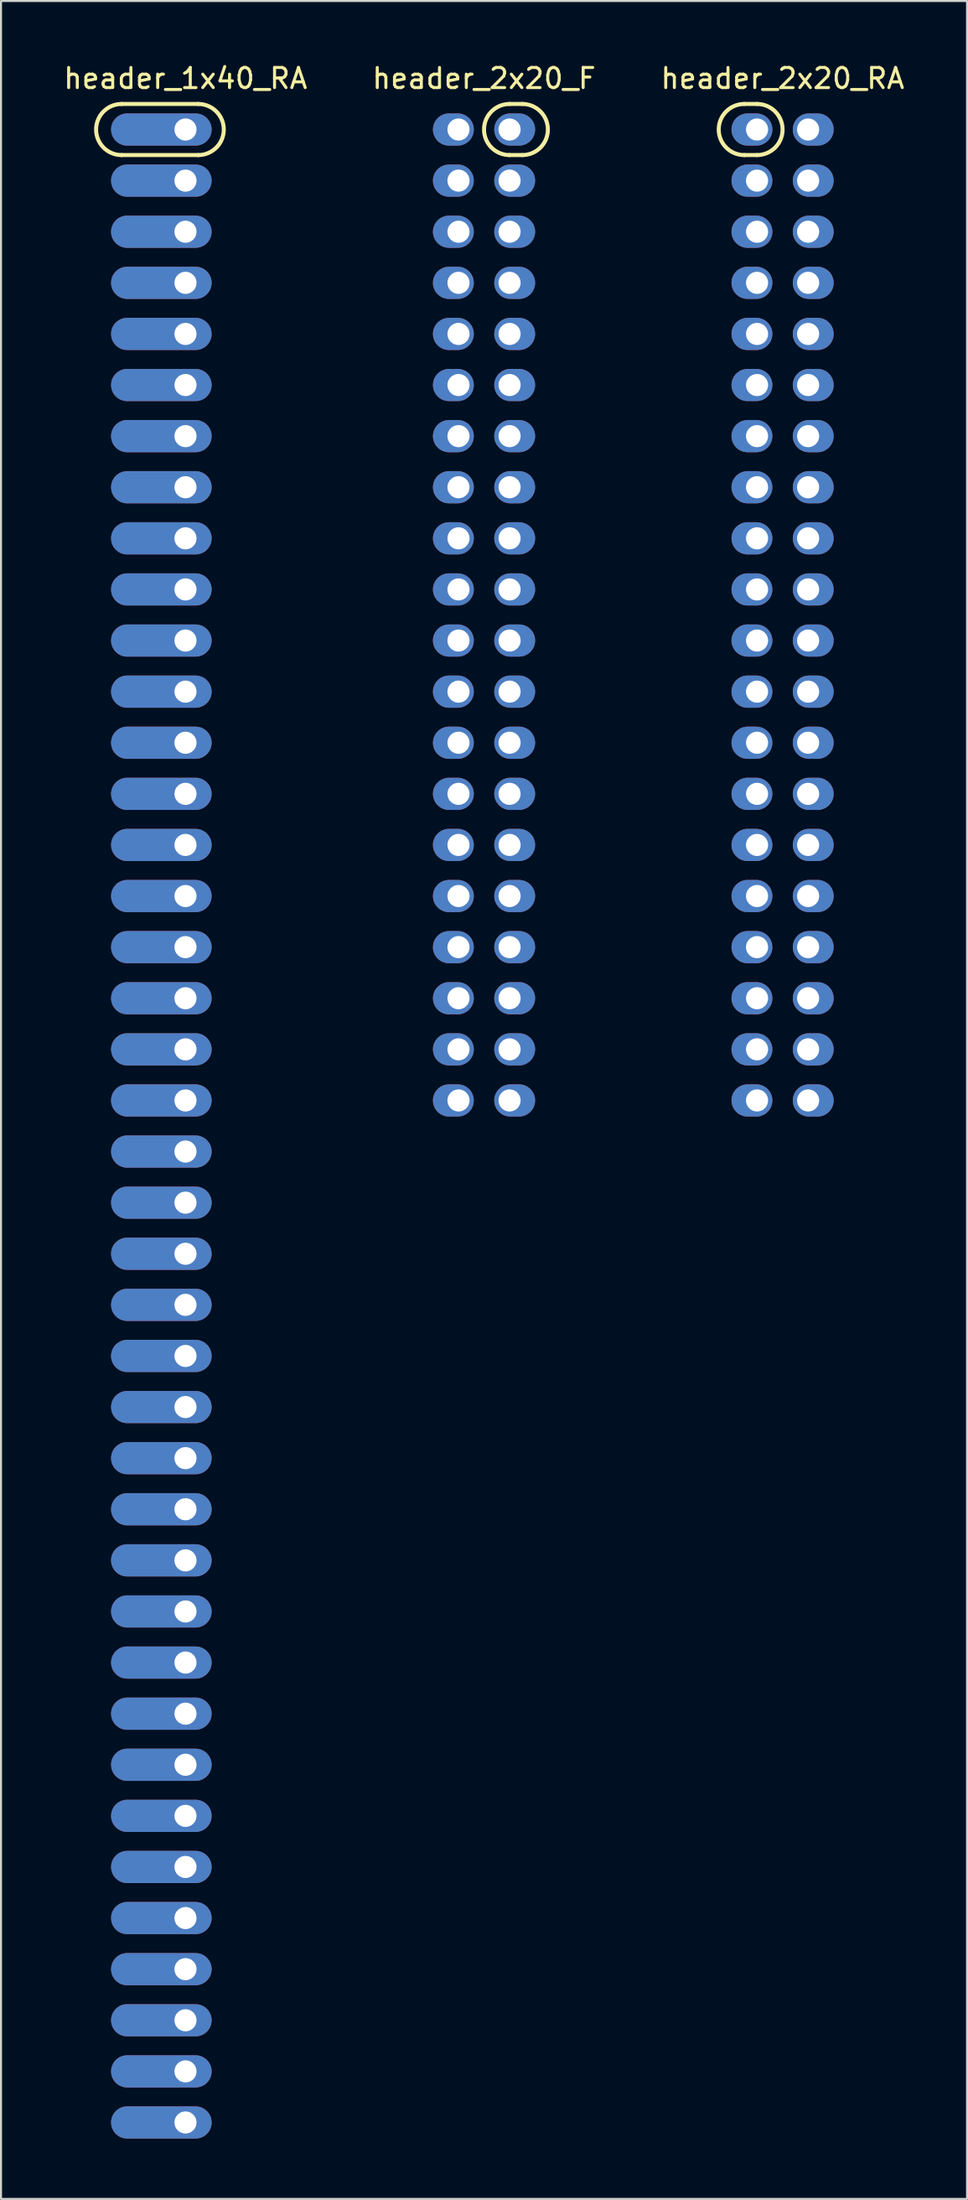
<source format=kicad_pcb>
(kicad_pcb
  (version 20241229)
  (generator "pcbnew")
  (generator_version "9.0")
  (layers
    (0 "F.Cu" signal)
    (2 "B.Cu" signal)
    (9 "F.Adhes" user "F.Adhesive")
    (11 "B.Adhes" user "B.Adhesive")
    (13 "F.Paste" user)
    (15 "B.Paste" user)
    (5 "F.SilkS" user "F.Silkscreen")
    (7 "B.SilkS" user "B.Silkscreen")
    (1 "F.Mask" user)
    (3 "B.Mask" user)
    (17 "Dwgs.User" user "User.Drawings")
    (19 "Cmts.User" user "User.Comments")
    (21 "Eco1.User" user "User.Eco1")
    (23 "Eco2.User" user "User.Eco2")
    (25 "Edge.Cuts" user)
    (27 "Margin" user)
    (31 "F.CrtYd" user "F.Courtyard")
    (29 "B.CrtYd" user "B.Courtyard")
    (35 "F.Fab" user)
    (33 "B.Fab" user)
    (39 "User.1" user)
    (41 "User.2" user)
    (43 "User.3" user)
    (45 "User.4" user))
  (footprint "header_1x40_RA"
    (layer "F.Cu")
    (at 6.173 52.918)
    (property "Reference" "header_1x40_RA" (at 0 -52.07 0) (layer "F.SilkS") (effects (font (size 1 1) (thickness 0.15))))
    (attr through_hole)
    (fp_line (start -3.175 -50.8) (end 0.635 -50.8) (stroke (width 0.2) (type solid)) (layer "F.SilkS"))
    (fp_line (start 0.635 -48.26) (end -3.175 -48.26) (stroke (width 0.2) (type solid)) (layer "F.SilkS"))
    (fp_arc (start -3.175 -48.26) (mid -4.445 -49.53) (end -3.175 -50.8) (stroke (width 0.2) (type solid)) (layer "F.SilkS"))
    (fp_arc (start 0.635 -50.8) (mid 1.905 -49.53) (end 0.635 -48.26) (stroke (width 0.2) (type solid)) (layer "F.SilkS"))
    (pad "1" thru_hole oval (at 0 -49.53) (size 5 1.6) (drill 1.1 (offset -1.2 0)) (layers "*.Cu" "*.Mask"))
    (pad "2" thru_hole oval (at 0 -46.99) (size 5 1.6) (drill 1.1 (offset -1.2 0)) (layers "*.Cu" "*.Mask"))
    (pad "3" thru_hole oval (at 0 -44.45) (size 5 1.6) (drill 1.1 (offset -1.2 0)) (layers "*.Cu" "*.Mask"))
    (pad "4" thru_hole oval (at 0 -41.91) (size 5 1.6) (drill 1.1 (offset -1.2 0)) (layers "*.Cu" "*.Mask"))
    (pad "5" thru_hole oval (at 0 -39.37) (size 5 1.6) (drill 1.1 (offset -1.2 0)) (layers "*.Cu" "*.Mask"))
    (pad "6" thru_hole oval (at 0 -36.83) (size 5 1.6) (drill 1.1 (offset -1.2 0)) (layers "*.Cu" "*.Mask"))
    (pad "7" thru_hole oval (at 0 -34.29) (size 5 1.6) (drill 1.1 (offset -1.2 0)) (layers "*.Cu" "*.Mask"))
    (pad "8" thru_hole oval (at 0 -31.75) (size 5 1.6) (drill 1.1 (offset -1.2 0)) (layers "*.Cu" "*.Mask"))
    (pad "9" thru_hole oval (at 0 -29.21) (size 5 1.6) (drill 1.1 (offset -1.2 0)) (layers "*.Cu" "*.Mask"))
    (pad "10" thru_hole oval (at 0 -26.67) (size 5 1.6) (drill 1.1 (offset -1.2 0)) (layers "*.Cu" "*.Mask"))
    (pad "11" thru_hole oval (at 0 -24.13) (size 5 1.6) (drill 1.1 (offset -1.2 0)) (layers "*.Cu" "*.Mask"))
    (pad "12" thru_hole oval (at 0 -21.59) (size 5 1.6) (drill 1.1 (offset -1.2 0)) (layers "*.Cu" "*.Mask"))
    (pad "13" thru_hole oval (at 0 -19.05) (size 5 1.6) (drill 1.1 (offset -1.2 0)) (layers "*.Cu" "*.Mask"))
    (pad "14" thru_hole oval (at 0 -16.51) (size 5 1.6) (drill 1.1 (offset -1.2 0)) (layers "*.Cu" "*.Mask"))
    (pad "15" thru_hole oval (at 0 -13.97) (size 5 1.6) (drill 1.1 (offset -1.2 0)) (layers "*.Cu" "*.Mask"))
    (pad "16" thru_hole oval (at 0 -11.43) (size 5 1.6) (drill 1.1 (offset -1.2 0)) (layers "*.Cu" "*.Mask"))
    (pad "17" thru_hole oval (at 0 -8.89) (size 5 1.6) (drill 1.1 (offset -1.2 0)) (layers "*.Cu" "*.Mask"))
    (pad "18" thru_hole oval (at 0 -6.35) (size 5 1.6) (drill 1.1 (offset -1.2 0)) (layers "*.Cu" "*.Mask"))
    (pad "19" thru_hole oval (at 0 -3.81) (size 5 1.6) (drill 1.1 (offset -1.2 0)) (layers "*.Cu" "*.Mask"))
    (pad "20" thru_hole oval (at 0 -1.27) (size 5 1.6) (drill 1.1 (offset -1.2 0)) (layers "*.Cu" "*.Mask"))
    (pad "21" thru_hole oval (at 0 1.27) (size 5 1.6) (drill 1.1 (offset -1.2 0)) (layers "*.Cu" "*.Mask"))
    (pad "22" thru_hole oval (at 0 3.81) (size 5 1.6) (drill 1.1 (offset -1.2 0)) (layers "*.Cu" "*.Mask"))
    (pad "23" thru_hole oval (at 0 6.35) (size 5 1.6) (drill 1.1 (offset -1.2 0)) (layers "*.Cu" "*.Mask"))
    (pad "24" thru_hole oval (at 0 8.89) (size 5 1.6) (drill 1.1 (offset -1.2 0)) (layers "*.Cu" "*.Mask"))
    (pad "25" thru_hole oval (at 0 11.43) (size 5 1.6) (drill 1.1 (offset -1.2 0)) (layers "*.Cu" "*.Mask"))
    (pad "26" thru_hole oval (at 0 13.97) (size 5 1.6) (drill 1.1 (offset -1.2 0)) (layers "*.Cu" "*.Mask"))
    (pad "27" thru_hole oval (at 0 16.51) (size 5 1.6) (drill 1.1 (offset -1.2 0)) (layers "*.Cu" "*.Mask"))
    (pad "28" thru_hole oval (at 0 19.05) (size 5 1.6) (drill 1.1 (offset -1.2 0)) (layers "*.Cu" "*.Mask"))
    (pad "29" thru_hole oval (at 0 21.59) (size 5 1.6) (drill 1.1 (offset -1.2 0)) (layers "*.Cu" "*.Mask"))
    (pad "30" thru_hole oval (at 0 24.13) (size 5 1.6) (drill 1.1 (offset -1.2 0)) (layers "*.Cu" "*.Mask"))
    (pad "31" thru_hole oval (at 0 26.67) (size 5 1.6) (drill 1.1 (offset -1.2 0)) (layers "*.Cu" "*.Mask"))
    (pad "32" thru_hole oval (at 0 29.21) (size 5 1.6) (drill 1.1 (offset -1.2 0)) (layers "*.Cu" "*.Mask"))
    (pad "33" thru_hole oval (at 0 31.75) (size 5 1.6) (drill 1.1 (offset -1.2 0)) (layers "*.Cu" "*.Mask"))
    (pad "34" thru_hole oval (at 0 34.29) (size 5 1.6) (drill 1.1 (offset -1.2 0)) (layers "*.Cu" "*.Mask"))
    (pad "35" thru_hole oval (at 0 36.83) (size 5 1.6) (drill 1.1 (offset -1.2 0)) (layers "*.Cu" "*.Mask"))
    (pad "36" thru_hole oval (at 0 39.37) (size 5 1.6) (drill 1.1 (offset -1.2 0)) (layers "*.Cu" "*.Mask"))
    (pad "37" thru_hole oval (at 0 41.91) (size 5 1.6) (drill 1.1 (offset -1.2 0)) (layers "*.Cu" "*.Mask"))
    (pad "38" thru_hole oval (at 0 44.45) (size 5 1.6) (drill 1.1 (offset -1.2 0)) (layers "*.Cu" "*.Mask"))
    (pad "39" thru_hole oval (at 0 46.99) (size 5 1.6) (drill 1.1 (offset -1.2 0)) (layers "*.Cu" "*.Mask"))
    (pad "40" thru_hole oval (at 0 49.53) (size 5 1.6) (drill 1.1 (offset -1.2 0)) (layers "*.Cu" "*.Mask")))
  (footprint "header_2x20_RA"
    (layer "F.Cu")
    (at 35.863 27.518)
    (property "Reference" "header_2x20_RA" (at 0 -26.67 0) (layer "F.SilkS") (effects (font (size 1 1) (thickness 0.15))))
    (attr through_hole)
    (fp_line (start -1.905 -25.4) (end -1.27 -25.4) (stroke (width 0.2) (type solid)) (layer "F.SilkS"))
    (fp_line (start -1.27 -22.86) (end -1.905 -22.86) (stroke (width 0.2) (type solid)) (layer "F.SilkS"))
    (fp_arc (start -1.905 -22.86) (mid -3.175 -24.13) (end -1.905 -25.4) (stroke (width 0.2) (type solid)) (layer "F.SilkS"))
    (fp_arc (start -1.27 -25.4) (mid 0 -24.13) (end -1.27 -22.86) (stroke (width 0.2) (type solid)) (layer "F.SilkS"))
    (pad "1" thru_hole oval (at -1.27 -24.13) (size 2.032 1.6) (drill 1.1 (offset -0.254 0)) (layers "*.Cu" "*.Mask"))
    (pad "2" thru_hole oval (at 1.27 -24.13) (size 2.032 1.6) (drill 1.1 (offset 0.254 0)) (layers "*.Cu" "*.Mask"))
    (pad "3" thru_hole oval (at -1.27 -21.59) (size 2.032 1.6) (drill 1.1 (offset -0.254 0)) (layers "*.Cu" "*.Mask"))
    (pad "4" thru_hole oval (at 1.27 -21.59) (size 2.032 1.6) (drill 1.1 (offset 0.254 0)) (layers "*.Cu" "*.Mask"))
    (pad "5" thru_hole oval (at -1.27 -19.05) (size 2.032 1.6) (drill 1.1 (offset -0.254 0)) (layers "*.Cu" "*.Mask"))
    (pad "6" thru_hole oval (at 1.27 -19.05) (size 2.032 1.6) (drill 1.1 (offset 0.254 0)) (layers "*.Cu" "*.Mask"))
    (pad "7" thru_hole oval (at -1.27 -16.51) (size 2.032 1.6) (drill 1.1 (offset -0.254 0)) (layers "*.Cu" "*.Mask"))
    (pad "8" thru_hole oval (at 1.27 -16.51) (size 2.032 1.6) (drill 1.1 (offset 0.254 0)) (layers "*.Cu" "*.Mask"))
    (pad "9" thru_hole oval (at -1.27 -13.97) (size 2.032 1.6) (drill 1.1 (offset -0.254 0)) (layers "*.Cu" "*.Mask"))
    (pad "10" thru_hole oval (at 1.27 -13.97) (size 2.032 1.6) (drill 1.1 (offset 0.254 0)) (layers "*.Cu" "*.Mask"))
    (pad "11" thru_hole oval (at -1.27 -11.43) (size 2.032 1.6) (drill 1.1 (offset -0.254 0)) (layers "*.Cu" "*.Mask"))
    (pad "12" thru_hole oval (at 1.27 -11.43) (size 2.032 1.6) (drill 1.1 (offset 0.254 0)) (layers "*.Cu" "*.Mask"))
    (pad "13" thru_hole oval (at -1.27 -8.89) (size 2.032 1.6) (drill 1.1 (offset -0.254 0)) (layers "*.Cu" "*.Mask"))
    (pad "14" thru_hole oval (at 1.27 -8.89) (size 2.032 1.6) (drill 1.1 (offset 0.254 0)) (layers "*.Cu" "*.Mask"))
    (pad "15" thru_hole oval (at -1.27 -6.35) (size 2.032 1.6) (drill 1.1 (offset -0.254 0)) (layers "*.Cu" "*.Mask"))
    (pad "16" thru_hole oval (at 1.27 -6.35) (size 2.032 1.6) (drill 1.1 (offset 0.254 0)) (layers "*.Cu" "*.Mask"))
    (pad "17" thru_hole oval (at -1.27 -3.81) (size 2.032 1.6) (drill 1.1 (offset -0.254 0)) (layers "*.Cu" "*.Mask"))
    (pad "18" thru_hole oval (at 1.27 -3.81) (size 2.032 1.6) (drill 1.1 (offset 0.254 0)) (layers "*.Cu" "*.Mask"))
    (pad "19" thru_hole oval (at -1.27 -1.27) (size 2.032 1.6) (drill 1.1 (offset -0.254 0)) (layers "*.Cu" "*.Mask"))
    (pad "20" thru_hole oval (at 1.27 -1.27) (size 2.032 1.6) (drill 1.1 (offset 0.254 0)) (layers "*.Cu" "*.Mask"))
    (pad "21" thru_hole oval (at -1.27 1.27) (size 2.032 1.6) (drill 1.1 (offset -0.254 0)) (layers "*.Cu" "*.Mask"))
    (pad "22" thru_hole oval (at 1.27 1.27) (size 2.032 1.6) (drill 1.1 (offset 0.254 0)) (layers "*.Cu" "*.Mask"))
    (pad "23" thru_hole oval (at -1.27 3.81) (size 2.032 1.6) (drill 1.1 (offset -0.254 0)) (layers "*.Cu" "*.Mask"))
    (pad "24" thru_hole oval (at 1.27 3.81) (size 2.032 1.6) (drill 1.1 (offset 0.254 0)) (layers "*.Cu" "*.Mask"))
    (pad "25" thru_hole oval (at -1.27 6.35) (size 2.032 1.6) (drill 1.1 (offset -0.254 0)) (layers "*.Cu" "*.Mask"))
    (pad "26" thru_hole oval (at 1.27 6.35) (size 2.032 1.6) (drill 1.1 (offset 0.254 0)) (layers "*.Cu" "*.Mask"))
    (pad "27" thru_hole oval (at -1.27 8.89) (size 2.032 1.6) (drill 1.1 (offset -0.254 0)) (layers "*.Cu" "*.Mask"))
    (pad "28" thru_hole oval (at 1.27 8.89) (size 2.032 1.6) (drill 1.1 (offset 0.254 0)) (layers "*.Cu" "*.Mask"))
    (pad "29" thru_hole oval (at -1.27 11.43) (size 2.032 1.6) (drill 1.1 (offset -0.254 0)) (layers "*.Cu" "*.Mask"))
    (pad "30" thru_hole oval (at 1.27 11.43) (size 2.032 1.6) (drill 1.1 (offset 0.254 0)) (layers "*.Cu" "*.Mask"))
    (pad "31" thru_hole oval (at -1.27 13.97) (size 2.032 1.6) (drill 1.1 (offset -0.254 0)) (layers "*.Cu" "*.Mask"))
    (pad "32" thru_hole oval (at 1.27 13.97) (size 2.032 1.6) (drill 1.1 (offset 0.254 0)) (layers "*.Cu" "*.Mask"))
    (pad "33" thru_hole oval (at -1.27 16.51) (size 2.032 1.6) (drill 1.1 (offset -0.254 0)) (layers "*.Cu" "*.Mask"))
    (pad "34" thru_hole oval (at 1.27 16.51) (size 2.032 1.6) (drill 1.1 (offset 0.254 0)) (layers "*.Cu" "*.Mask"))
    (pad "35" thru_hole oval (at -1.27 19.05) (size 2.032 1.6) (drill 1.1 (offset -0.254 0)) (layers "*.Cu" "*.Mask"))
    (pad "36" thru_hole oval (at 1.27 19.05) (size 2.032 1.6) (drill 1.1 (offset 0.254 0)) (layers "*.Cu" "*.Mask"))
    (pad "37" thru_hole oval (at -1.27 21.59) (size 2.032 1.6) (drill 1.1 (offset -0.254 0)) (layers "*.Cu" "*.Mask"))
    (pad "38" thru_hole oval (at 1.27 21.59) (size 2.032 1.6) (drill 1.1 (offset 0.254 0)) (layers "*.Cu" "*.Mask"))
    (pad "39" thru_hole oval (at -1.27 24.13) (size 2.032 1.6) (drill 1.1 (offset -0.254 0)) (layers "*.Cu" "*.Mask"))
    (pad "40" thru_hole oval (at 1.27 24.13) (size 2.032 1.6) (drill 1.1 (offset 0.254 0)) (layers "*.Cu" "*.Mask")))
  (footprint "header_2x20_F"
    (layer "F.Cu")
    (at 21.018 27.518)
    (property "Reference" "header_2x20_F" (at 0 -26.67 0) (layer "F.SilkS") (effects (font (size 1 1) (thickness 0.15))))
    (attr through_hole)
    (fp_line (start 1.27 -25.4) (end 1.905 -25.4) (stroke (width 0.2) (type solid)) (layer "F.SilkS"))
    (fp_line (start 1.905 -22.86) (end 1.27 -22.86) (stroke (width 0.2) (type solid)) (layer "F.SilkS"))
    (fp_arc (start 1.27 -22.86) (mid 0 -24.13) (end 1.27 -25.4) (stroke (width 0.2) (type solid)) (layer "F.SilkS"))
    (fp_arc (start 1.905 -25.4) (mid 3.175 -24.13) (end 1.905 -22.86) (stroke (width 0.2) (type solid)) (layer "F.SilkS"))
    (pad "1" thru_hole oval (at 1.27 -24.13) (size 2.032 1.6) (drill 1.1 (offset 0.254 0)) (layers "*.Cu" "*.Mask"))
    (pad "2" thru_hole oval (at -1.27 -24.13) (size 2.032 1.6) (drill 1.1 (offset -0.254 0)) (layers "*.Cu" "*.Mask"))
    (pad "3" thru_hole oval (at 1.27 -21.59) (size 2.032 1.6) (drill 1.1 (offset 0.254 0)) (layers "*.Cu" "*.Mask"))
    (pad "4" thru_hole oval (at -1.27 -21.59) (size 2.032 1.6) (drill 1.1 (offset -0.254 0)) (layers "*.Cu" "*.Mask"))
    (pad "5" thru_hole oval (at 1.27 -19.05) (size 2.032 1.6) (drill 1.1 (offset 0.254 0)) (layers "*.Cu" "*.Mask"))
    (pad "6" thru_hole oval (at -1.27 -19.05) (size 2.032 1.6) (drill 1.1 (offset -0.254 0)) (layers "*.Cu" "*.Mask"))
    (pad "7" thru_hole oval (at 1.27 -16.51) (size 2.032 1.6) (drill 1.1 (offset 0.254 0)) (layers "*.Cu" "*.Mask"))
    (pad "8" thru_hole oval (at -1.27 -16.51) (size 2.032 1.6) (drill 1.1 (offset -0.254 0)) (layers "*.Cu" "*.Mask"))
    (pad "9" thru_hole oval (at 1.27 -13.97) (size 2.032 1.6) (drill 1.1 (offset 0.254 0)) (layers "*.Cu" "*.Mask"))
    (pad "10" thru_hole oval (at -1.27 -13.97) (size 2.032 1.6) (drill 1.1 (offset -0.254 0)) (layers "*.Cu" "*.Mask"))
    (pad "11" thru_hole oval (at 1.27 -11.43) (size 2.032 1.6) (drill 1.1 (offset 0.254 0)) (layers "*.Cu" "*.Mask"))
    (pad "12" thru_hole oval (at -1.27 -11.43) (size 2.032 1.6) (drill 1.1 (offset -0.254 0)) (layers "*.Cu" "*.Mask"))
    (pad "13" thru_hole oval (at 1.27 -8.89) (size 2.032 1.6) (drill 1.1 (offset 0.254 0)) (layers "*.Cu" "*.Mask"))
    (pad "14" thru_hole oval (at -1.27 -8.89) (size 2.032 1.6) (drill 1.1 (offset -0.254 0)) (layers "*.Cu" "*.Mask"))
    (pad "15" thru_hole oval (at 1.27 -6.35) (size 2.032 1.6) (drill 1.1 (offset 0.254 0)) (layers "*.Cu" "*.Mask"))
    (pad "16" thru_hole oval (at -1.27 -6.35) (size 2.032 1.6) (drill 1.1 (offset -0.254 0)) (layers "*.Cu" "*.Mask"))
    (pad "17" thru_hole oval (at 1.27 -3.81) (size 2.032 1.6) (drill 1.1 (offset 0.254 0)) (layers "*.Cu" "*.Mask"))
    (pad "18" thru_hole oval (at -1.27 -3.81) (size 2.032 1.6) (drill 1.1 (offset -0.254 0)) (layers "*.Cu" "*.Mask"))
    (pad "19" thru_hole oval (at 1.27 -1.27) (size 2.032 1.6) (drill 1.1 (offset 0.254 0)) (layers "*.Cu" "*.Mask"))
    (pad "20" thru_hole oval (at -1.27 -1.27) (size 2.032 1.6) (drill 1.1 (offset -0.254 0)) (layers "*.Cu" "*.Mask"))
    (pad "21" thru_hole oval (at 1.27 1.27) (size 2.032 1.6) (drill 1.1 (offset 0.254 0)) (layers "*.Cu" "*.Mask"))
    (pad "22" thru_hole oval (at -1.27 1.27) (size 2.032 1.6) (drill 1.1 (offset -0.254 0)) (layers "*.Cu" "*.Mask"))
    (pad "23" thru_hole oval (at 1.27 3.81) (size 2.032 1.6) (drill 1.1 (offset 0.254 0)) (layers "*.Cu" "*.Mask"))
    (pad "24" thru_hole oval (at -1.27 3.81) (size 2.032 1.6) (drill 1.1 (offset -0.254 0)) (layers "*.Cu" "*.Mask"))
    (pad "25" thru_hole oval (at 1.27 6.35) (size 2.032 1.6) (drill 1.1 (offset 0.254 0)) (layers "*.Cu" "*.Mask"))
    (pad "26" thru_hole oval (at -1.27 6.35) (size 2.032 1.6) (drill 1.1 (offset -0.254 0)) (layers "*.Cu" "*.Mask"))
    (pad "27" thru_hole oval (at 1.27 8.89) (size 2.032 1.6) (drill 1.1 (offset 0.254 0)) (layers "*.Cu" "*.Mask"))
    (pad "28" thru_hole oval (at -1.27 8.89) (size 2.032 1.6) (drill 1.1 (offset -0.254 0)) (layers "*.Cu" "*.Mask"))
    (pad "29" thru_hole oval (at 1.27 11.43) (size 2.032 1.6) (drill 1.1 (offset 0.254 0)) (layers "*.Cu" "*.Mask"))
    (pad "30" thru_hole oval (at -1.27 11.43) (size 2.032 1.6) (drill 1.1 (offset -0.254 0)) (layers "*.Cu" "*.Mask"))
    (pad "31" thru_hole oval (at 1.27 13.97) (size 2.032 1.6) (drill 1.1 (offset 0.254 0)) (layers "*.Cu" "*.Mask"))
    (pad "32" thru_hole oval (at -1.27 13.97) (size 2.032 1.6) (drill 1.1 (offset -0.254 0)) (layers "*.Cu" "*.Mask"))
    (pad "33" thru_hole oval (at 1.27 16.51) (size 2.032 1.6) (drill 1.1 (offset 0.254 0)) (layers "*.Cu" "*.Mask"))
    (pad "34" thru_hole oval (at -1.27 16.51) (size 2.032 1.6) (drill 1.1 (offset -0.254 0)) (layers "*.Cu" "*.Mask"))
    (pad "35" thru_hole oval (at 1.27 19.05) (size 2.032 1.6) (drill 1.1 (offset 0.254 0)) (layers "*.Cu" "*.Mask"))
    (pad "36" thru_hole oval (at -1.27 19.05) (size 2.032 1.6) (drill 1.1 (offset -0.254 0)) (layers "*.Cu" "*.Mask"))
    (pad "37" thru_hole oval (at 1.27 21.59) (size 2.032 1.6) (drill 1.1 (offset 0.254 0)) (layers "*.Cu" "*.Mask"))
    (pad "38" thru_hole oval (at -1.27 21.59) (size 2.032 1.6) (drill 1.1 (offset -0.254 0)) (layers "*.Cu" "*.Mask"))
    (pad "39" thru_hole oval (at 1.27 24.13) (size 2.032 1.6) (drill 1.1 (offset 0.254 0)) (layers "*.Cu" "*.Mask"))
    (pad "40" thru_hole oval (at -1.27 24.13) (size 2.032 1.6) (drill 1.1 (offset -0.254 0)) (layers "*.Cu" "*.Mask")))
  (gr_rect
    (start -3 -3)
    (end 45.036 106.248)
    (stroke (width 0.1) (type default))
    (fill no)
    (layer "Edge.Cuts")))
</source>
